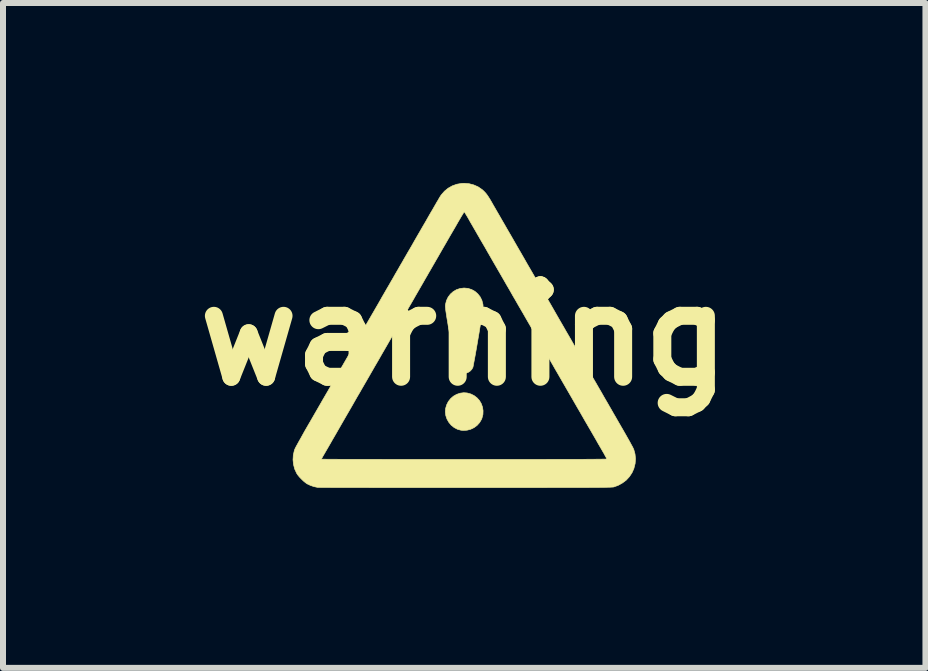
<source format=kicad_pcb>
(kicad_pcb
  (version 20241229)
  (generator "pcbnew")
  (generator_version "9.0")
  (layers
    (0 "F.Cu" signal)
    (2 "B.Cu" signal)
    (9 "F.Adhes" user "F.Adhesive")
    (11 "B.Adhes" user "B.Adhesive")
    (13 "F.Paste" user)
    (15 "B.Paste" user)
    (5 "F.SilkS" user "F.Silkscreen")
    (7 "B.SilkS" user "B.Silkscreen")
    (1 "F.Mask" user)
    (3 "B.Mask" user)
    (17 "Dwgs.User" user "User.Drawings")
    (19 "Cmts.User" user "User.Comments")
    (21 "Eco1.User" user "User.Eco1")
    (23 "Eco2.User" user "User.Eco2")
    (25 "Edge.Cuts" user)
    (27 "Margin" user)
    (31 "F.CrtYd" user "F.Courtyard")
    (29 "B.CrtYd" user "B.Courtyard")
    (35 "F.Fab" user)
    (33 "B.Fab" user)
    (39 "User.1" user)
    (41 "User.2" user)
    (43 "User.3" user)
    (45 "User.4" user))
  (footprint "warning"
    (layer "F.Cu")
    (at 4.688 2.541)
    (property "Reference" "warning" (at 0 0 0) (layer "F.SilkS") (effects (font (size 1.524 1.524) (thickness 0.3))))
    (attr through_hole)
    (fp_poly (pts (xy 0.048 0.959) (xy 0.11 0.976) (xy 0.166 1.004) (xy 0.215 1.042) (xy 0.255 1.087) (xy 0.285 1.139) (xy 0.305 1.196) (xy 0.314 1.255) (xy 0.312 1.317) (xy 0.296 1.378) (xy 0.289 1.397) (xy 0.257 1.452) (xy 0.215 1.499) (xy 0.164 1.537) (xy 0.108 1.564) (xy 0.047 1.58) (xy -0.017 1.584) (xy -0.056 1.58) (xy -0.116 1.563) (xy -0.17 1.534) (xy -0.218 1.495) (xy -0.257 1.448) (xy -0.287 1.395) (xy -0.307 1.337) (xy -0.315 1.276) (xy -0.311 1.22) (xy -0.293 1.158) (xy -0.265 1.102) (xy -0.226 1.053) (xy -0.18 1.013) (xy -0.127 0.983) (xy -0.069 0.963) (xy -0.008 0.955) (xy 0.048 0.959)) (stroke (width 0.01) (type solid)) (fill yes) (layer "F.SilkS"))
    (fp_poly (pts (xy 0.064 -0.784) (xy 0.125 -0.764) (xy 0.179 -0.734) (xy 0.226 -0.693) (xy 0.265 -0.644) (xy 0.294 -0.586) (xy 0.311 -0.523) (xy 0.312 -0.517) (xy 0.313 -0.507) (xy 0.314 -0.497) (xy 0.314 -0.484) (xy 0.313 -0.47) (xy 0.312 -0.451) (xy 0.309 -0.428) (xy 0.305 -0.398) (xy 0.3 -0.362) (xy 0.293 -0.318) (xy 0.284 -0.265) (xy 0.274 -0.201) (xy 0.261 -0.127) (xy 0.247 -0.04) (xy 0.237 0.018) (xy 0.223 0.1) (xy 0.21 0.178) (xy 0.197 0.252) (xy 0.185 0.32) (xy 0.174 0.38) (xy 0.164 0.433) (xy 0.156 0.476) (xy 0.15 0.508) (xy 0.146 0.528) (xy 0.144 0.534) (xy 0.125 0.567) (xy 0.097 0.596) (xy 0.063 0.618) (xy 0.034 0.627) (xy 0.013 0.632) (xy -0.002 0.634) (xy -0.006 0.634) (xy -0.015 0.632) (xy -0.033 0.629) (xy -0.04 0.627) (xy -0.07 0.614) (xy -0.101 0.592) (xy -0.127 0.565) (xy -0.144 0.536) (xy -0.144 0.534) (xy -0.147 0.522) (xy -0.152 0.498) (xy -0.159 0.462) (xy -0.168 0.415) (xy -0.178 0.36) (xy -0.189 0.297) (xy -0.201 0.227) (xy -0.214 0.151) (xy -0.228 0.071) (xy -0.237 0.018) (xy -0.253 -0.077) (xy -0.267 -0.159) (xy -0.278 -0.228) (xy -0.288 -0.287) (xy -0.296 -0.337) (xy -0.302 -0.378) (xy -0.307 -0.411) (xy -0.31 -0.438) (xy -0.312 -0.459) (xy -0.314 -0.476) (xy -0.314 -0.489) (xy -0.314 -0.501) (xy -0.313 -0.511) (xy -0.312 -0.517) (xy -0.296 -0.581) (xy -0.268 -0.639) (xy -0.23 -0.689) (xy -0.184 -0.73) (xy -0.13 -0.762) (xy -0.07 -0.782) (xy -0.006 -0.79) (xy 0 -0.79) (xy 0.064 -0.784)) (stroke (width 0.01) (type solid)) (fill yes) (layer "F.SilkS"))
    (fp_poly (pts (xy 0.081 -2.529) (xy 0.158 -2.509) (xy 0.231 -2.477) (xy 0.297 -2.432) (xy 0.302 -2.428) (xy 0.328 -2.404) (xy 0.352 -2.379) (xy 0.376 -2.35) (xy 0.4 -2.315) (xy 0.428 -2.271) (xy 0.452 -2.23) (xy 0.466 -2.205) (xy 0.487 -2.168) (xy 0.514 -2.122) (xy 0.546 -2.066) (xy 0.584 -2.001) (xy 0.625 -1.929) (xy 0.671 -1.85) (xy 0.719 -1.766) (xy 0.771 -1.677) (xy 0.825 -1.583) (xy 0.88 -1.487) (xy 0.937 -1.389) (xy 0.994 -1.29) (xy 1.051 -1.19) (xy 1.108 -1.092) (xy 1.164 -0.995) (xy 1.219 -0.901) (xy 1.271 -0.81) (xy 1.309 -0.744) (xy 1.356 -0.662) (xy 1.407 -0.575) (xy 1.459 -0.485) (xy 1.511 -0.394) (xy 1.562 -0.305) (xy 1.611 -0.22) (xy 1.657 -0.141) (xy 1.698 -0.069) (xy 1.732 -0.011) (xy 1.768 0.051) (xy 1.809 0.123) (xy 1.855 0.202) (xy 1.904 0.288) (xy 1.956 0.377) (xy 2.008 0.468) (xy 2.06 0.557) (xy 2.11 0.645) (xy 2.155 0.723) (xy 2.199 0.798) (xy 2.242 0.873) (xy 2.284 0.945) (xy 2.323 1.014) (xy 2.36 1.078) (xy 2.394 1.136) (xy 2.423 1.187) (xy 2.447 1.228) (xy 2.465 1.26) (xy 2.471 1.27) (xy 2.49 1.304) (xy 2.516 1.348) (xy 2.545 1.399) (xy 2.578 1.456) (xy 2.612 1.515) (xy 2.647 1.575) (xy 2.673 1.621) (xy 2.704 1.675) (xy 2.734 1.728) (xy 2.761 1.776) (xy 2.784 1.819) (xy 2.804 1.855) (xy 2.818 1.883) (xy 2.825 1.9) (xy 2.826 1.9) (xy 2.847 1.977) (xy 2.855 2.055) (xy 2.849 2.136) (xy 2.829 2.215) (xy 2.829 2.217) (xy 2.797 2.289) (xy 2.754 2.354) (xy 2.701 2.412) (xy 2.637 2.46) (xy 2.565 2.5) (xy 2.501 2.523) (xy 2.497 2.525) (xy 2.492 2.526) (xy 2.486 2.527) (xy 2.477 2.528) (xy 2.467 2.528) (xy 2.454 2.529) (xy 2.438 2.53) (xy 2.419 2.531) (xy 2.395 2.531) (xy 2.368 2.532) (xy 2.335 2.533) (xy 2.297 2.533) (xy 2.253 2.534) (xy 2.203 2.534) (xy 2.147 2.534) (xy 2.083 2.535) (xy 2.012 2.535) (xy 1.933 2.535) (xy 1.845 2.536) (xy 1.749 2.536) (xy 1.643 2.536) (xy 1.528 2.536) (xy 1.402 2.536) (xy 1.266 2.537) (xy 1.119 2.537) (xy 0.96 2.537) (xy 0.789 2.537) (xy 0.605 2.537) (xy 0.409 2.537) (xy 0.2 2.537) (xy 0.025 2.537) (xy -0.16 2.537) (xy -0.342 2.537) (xy -0.519 2.537) (xy -0.692 2.537) (xy -0.86 2.537) (xy -1.023 2.537) (xy -1.179 2.537) (xy -1.329 2.537) (xy -1.472 2.537) (xy -1.607 2.536) (xy -1.734 2.536) (xy -1.853 2.536) (xy -1.962 2.536) (xy -2.062 2.535) (xy -2.152 2.535) (xy -2.23 2.535) (xy -2.298 2.534) (xy -2.354 2.534) (xy -2.397 2.534) (xy -2.428 2.533) (xy -2.445 2.533) (xy -2.449 2.532) (xy -2.506 2.52) (xy -2.564 2.5) (xy -2.617 2.475) (xy -2.618 2.475) (xy -2.646 2.455) (xy -2.68 2.427) (xy -2.714 2.394) (xy -2.747 2.36) (xy -2.774 2.327) (xy -2.792 2.3) (xy -2.826 2.227) (xy -2.846 2.15) (xy -2.854 2.071) (xy -2.853 2.062) (xy -2.382 2.062) (xy -2.376 2.062) (xy -2.355 2.063) (xy -2.322 2.063) (xy -2.276 2.064) (xy -2.218 2.064) (xy -2.148 2.064) (xy -2.068 2.065) (xy -1.977 2.065) (xy -1.876 2.065) (xy -1.765 2.066) (xy -1.645 2.066) (xy -1.517 2.066) (xy -1.381 2.066) (xy -1.238 2.067) (xy -1.087 2.067) (xy -0.93 2.067) (xy -0.768 2.067) (xy -0.6 2.067) (xy -0.427 2.067) (xy -0.249 2.067) (xy -0.068 2.067) (xy -0.004 2.067) (xy 0.234 2.067) (xy 0.459 2.067) (xy 0.67 2.067) (xy 0.867 2.067) (xy 1.051 2.067) (xy 1.222 2.067) (xy 1.38 2.066) (xy 1.526 2.066) (xy 1.659 2.066) (xy 1.781 2.066) (xy 1.89 2.065) (xy 1.988 2.065) (xy 2.074 2.064) (xy 2.149 2.064) (xy 2.213 2.063) (xy 2.266 2.063) (xy 2.309 2.062) (xy 2.341 2.062) (xy 2.363 2.061) (xy 2.375 2.06) (xy 2.378 2.06) (xy 2.374 2.052) (xy 2.365 2.034) (xy 2.349 2.006) (xy 2.33 1.97) (xy 2.306 1.929) (xy 2.279 1.882) (xy 2.258 1.846) (xy 2.231 1.8) (xy 2.198 1.741) (xy 2.158 1.672) (xy 2.112 1.592) (xy 2.06 1.503) (xy 2.003 1.405) (xy 1.942 1.298) (xy 1.875 1.183) (xy 1.805 1.061) (xy 1.731 0.933) (xy 1.653 0.798) (xy 1.573 0.659) (xy 1.508 0.547) (xy 1.482 0.501) (xy 1.456 0.456) (xy 1.431 0.412) (xy 1.409 0.374) (xy 1.392 0.345) (xy 1.388 0.339) (xy 1.374 0.313) (xy 1.354 0.278) (xy 1.329 0.237) (xy 1.303 0.191) (xy 1.275 0.143) (xy 1.258 0.113) (xy 1.225 0.055) (xy 1.192 -0.003) (xy 1.158 -0.061) (xy 1.123 -0.122) (xy 1.086 -0.186) (xy 1.046 -0.255) (xy 1.003 -0.33) (xy 0.955 -0.413) (xy 0.902 -0.504) (xy 0.843 -0.607) (xy 0.818 -0.649) (xy 0.762 -0.748) (xy 0.71 -0.837) (xy 0.663 -0.919) (xy 0.618 -0.997) (xy 0.574 -1.073) (xy 0.529 -1.151) (xy 0.482 -1.232) (xy 0.432 -1.319) (xy 0.395 -1.383) (xy 0.369 -1.429) (xy 0.338 -1.483) (xy 0.304 -1.541) (xy 0.27 -1.599) (xy 0.239 -1.654) (xy 0.228 -1.672) (xy 0.199 -1.723) (xy 0.167 -1.778) (xy 0.135 -1.834) (xy 0.105 -1.885) (xy 0.08 -1.93) (xy 0.071 -1.946) (xy 0.05 -1.982) (xy 0.031 -2.013) (xy 0.016 -2.038) (xy 0.005 -2.054) (xy -0.000218 -2.06) (xy -0.000254 -2.06) (xy -0.004 -2.055) (xy -0.013 -2.041) (xy -0.028 -2.016) (xy -0.049 -1.982) (xy -0.075 -1.937) (xy -0.108 -1.881) (xy -0.146 -1.814) (xy -0.191 -1.737) (xy -0.243 -1.648) (xy -0.301 -1.547) (xy -0.366 -1.435) (xy -0.437 -1.311) (xy -0.473 -1.249) (xy -0.501 -1.2) (xy -0.533 -1.145) (xy -0.565 -1.089) (xy -0.595 -1.038) (xy -0.615 -1.002) (xy -0.635 -0.968) (xy -0.661 -0.923) (xy -0.69 -0.872) (xy -0.723 -0.815) (xy -0.757 -0.756) (xy -0.791 -0.697) (xy -0.815 -0.656) (xy -0.847 -0.599) (xy -0.88 -0.542) (xy -0.912 -0.487) (xy -0.942 -0.435) (xy -0.968 -0.39) (xy -0.989 -0.353) (xy -1.002 -0.332) (xy -1.021 -0.299) (xy -1.045 -0.257) (xy -1.073 -0.209) (xy -1.103 -0.157) (xy -1.133 -0.104) (xy -1.159 -0.06) (xy -1.222 0.05) (xy -1.279 0.149) (xy -1.331 0.239) (xy -1.378 0.32) (xy -1.42 0.394) (xy -1.459 0.461) (xy -1.496 0.524) (xy -1.53 0.584) (xy -1.563 0.641) (xy -1.595 0.697) (xy -1.598 0.702) (xy -1.632 0.761) (xy -1.669 0.825) (xy -1.708 0.892) (xy -1.745 0.957) (xy -1.78 1.016) (xy -1.808 1.065) (xy -1.889 1.207) (xy -1.964 1.336) (xy -2.032 1.454) (xy -2.093 1.56) (xy -2.148 1.656) (xy -2.197 1.74) (xy -2.239 1.814) (xy -2.276 1.878) (xy -2.307 1.931) (xy -2.333 1.976) (xy -2.353 2.01) (xy -2.367 2.036) (xy -2.377 2.053) (xy -2.382 2.061) (xy -2.382 2.062) (xy -2.853 2.062) (xy -2.849 1.993) (xy -2.831 1.916) (xy -2.823 1.894) (xy -2.816 1.88) (xy -2.803 1.854) (xy -2.783 1.818) (xy -2.759 1.774) (xy -2.73 1.723) (xy -2.698 1.665) (xy -2.663 1.602) (xy -2.625 1.536) (xy -2.585 1.467) (xy -2.579 1.457) (xy -2.535 1.381) (xy -2.489 1.301) (xy -2.442 1.22) (xy -2.396 1.14) (xy -2.352 1.063) (xy -2.31 0.991) (xy -2.272 0.926) (xy -2.24 0.87) (xy -2.223 0.84) (xy -2.129 0.677) (xy -2.042 0.527) (xy -1.961 0.387) (xy -1.887 0.258) (xy -1.818 0.139) (xy -1.755 0.029) (xy -1.696 -0.072) (xy -1.643 -0.165) (xy -1.594 -0.25) (xy -1.549 -0.328) (xy -1.507 -0.4) (xy -1.469 -0.466) (xy -1.434 -0.526) (xy -1.402 -0.582) (xy -1.373 -0.634) (xy -1.345 -0.682) (xy -1.319 -0.727) (xy -1.295 -0.769) (xy -1.271 -0.81) (xy -1.248 -0.849) (xy -1.226 -0.888) (xy -1.215 -0.907) (xy -1.181 -0.965) (xy -1.144 -1.031) (xy -1.104 -1.099) (xy -1.066 -1.166) (xy -1.03 -1.227) (xy -1.006 -1.27) (xy -0.979 -1.316) (xy -0.947 -1.372) (xy -0.91 -1.435) (xy -0.871 -1.502) (xy -0.832 -1.571) (xy -0.793 -1.639) (xy -0.756 -1.703) (xy -0.755 -1.704) (xy -0.697 -1.805) (xy -0.645 -1.894) (xy -0.6 -1.973) (xy -0.561 -2.041) (xy -0.526 -2.1) (xy -0.497 -2.151) (xy -0.472 -2.194) (xy -0.452 -2.229) (xy -0.434 -2.258) (xy -0.421 -2.282) (xy -0.41 -2.3) (xy -0.401 -2.315) (xy -0.394 -2.325) (xy -0.389 -2.334) (xy -0.385 -2.34) (xy -0.383 -2.342) (xy -0.329 -2.404) (xy -0.268 -2.454) (xy -0.199 -2.493) (xy -0.124 -2.52) (xy -0.044 -2.534) (xy 0 -2.536) (xy 0.081 -2.529)) (stroke (width 0.01) (type solid)) (fill yes) (layer "F.SilkS")))
  (gr_rect
    (start -3 -3)
    (end 12.376 8.083)
    (stroke (width 0.1) (type default))
    (fill no)
    (layer "Edge.Cuts")))
</source>
